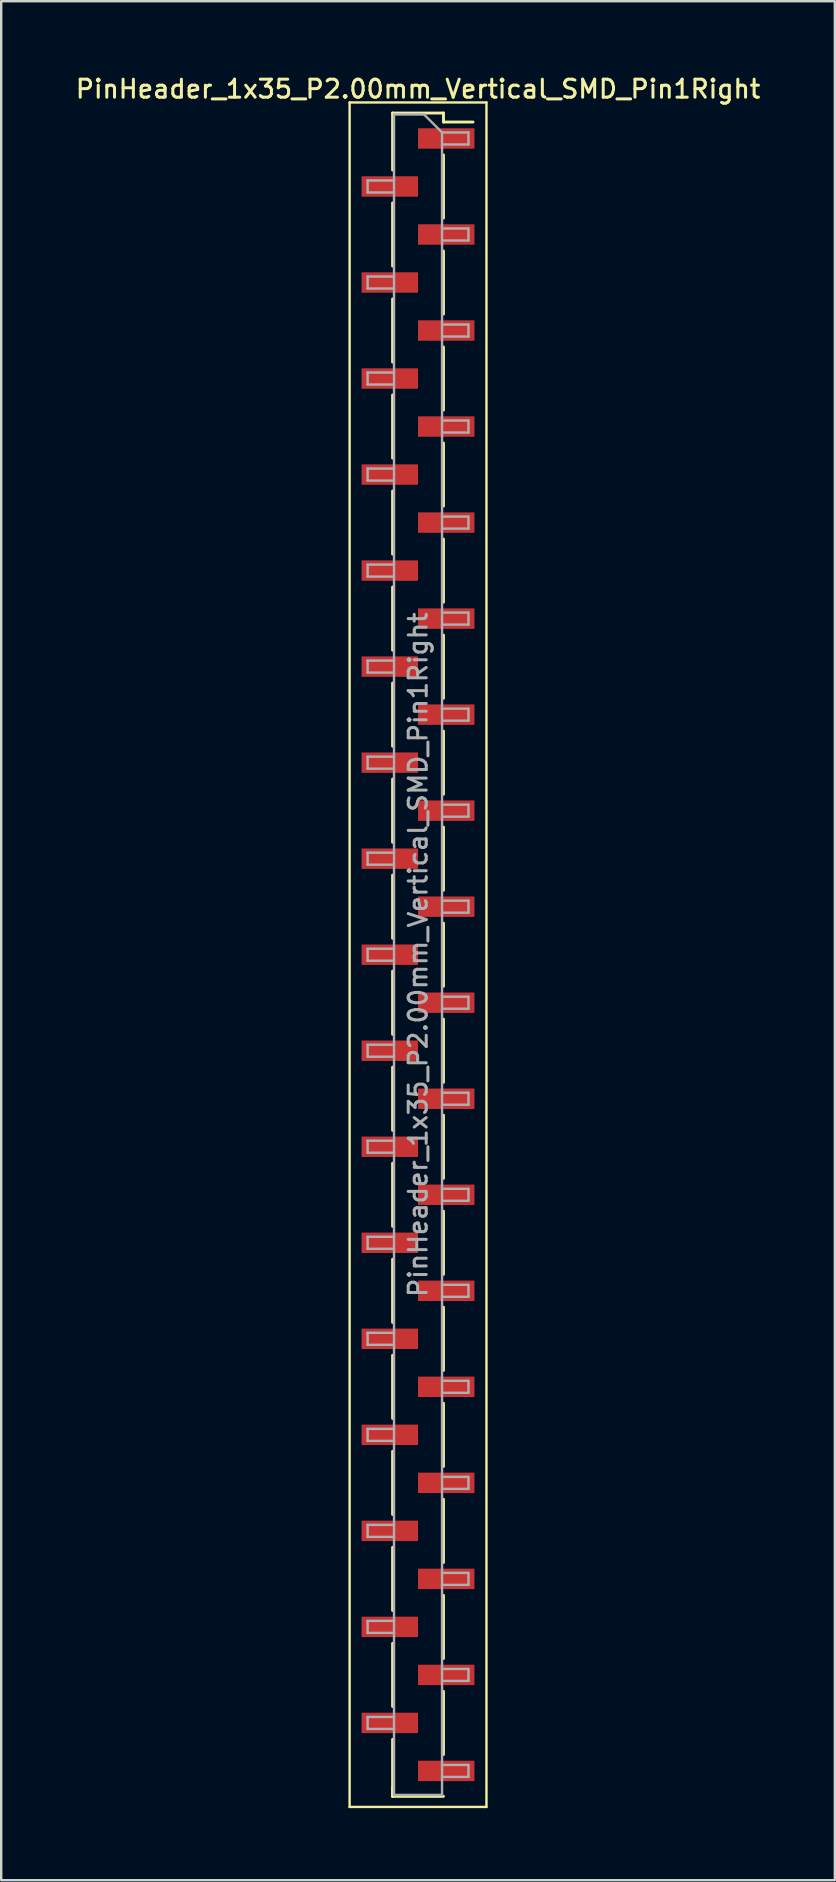
<source format=kicad_pcb>
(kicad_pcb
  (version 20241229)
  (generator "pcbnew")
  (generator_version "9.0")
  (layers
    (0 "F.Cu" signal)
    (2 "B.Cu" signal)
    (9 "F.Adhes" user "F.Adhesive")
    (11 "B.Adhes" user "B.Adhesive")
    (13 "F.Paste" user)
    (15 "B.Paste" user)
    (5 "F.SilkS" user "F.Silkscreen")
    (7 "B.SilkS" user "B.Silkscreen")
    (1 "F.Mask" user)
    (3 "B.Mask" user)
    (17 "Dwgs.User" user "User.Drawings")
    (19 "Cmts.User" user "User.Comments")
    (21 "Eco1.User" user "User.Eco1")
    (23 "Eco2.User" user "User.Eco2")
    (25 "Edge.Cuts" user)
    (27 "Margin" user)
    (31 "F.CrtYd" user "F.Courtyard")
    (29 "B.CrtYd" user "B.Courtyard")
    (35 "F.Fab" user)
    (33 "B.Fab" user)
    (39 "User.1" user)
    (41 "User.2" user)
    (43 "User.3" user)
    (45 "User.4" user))
  (footprint "PinHeader_1x35_P2.00mm_Vertical_SMD_Pin1Right"
    (layer "F.Cu")
    (at 14.363 36.718)
    (property "Reference" "PinHeader_1x35_P2.00mm_Vertical_SMD_Pin1Right" (at 0 -36.06 0) (layer "F.SilkS") (effects (font (size 0.75 0.75) (thickness 0.125))))
    (attr smd)
    (fp_line (start -2.85 -35.5) (end -2.85 35.5) (stroke (width 0.1) (type solid)) (layer "F.SilkS"))
    (fp_line (start -2.85 35.5) (end 2.85 35.5) (stroke (width 0.1) (type solid)) (layer "F.SilkS"))
    (fp_line (start -1.06 -35.06) (end -1.06 -32.685) (stroke (width 0.12) (type solid)) (layer "F.SilkS"))
    (fp_line (start -1.06 -35.06) (end 1.06 -35.06) (stroke (width 0.12) (type solid)) (layer "F.SilkS"))
    (fp_line (start -1.06 -31.315) (end -1.06 -28.685) (stroke (width 0.12) (type solid)) (layer "F.SilkS"))
    (fp_line (start -1.06 -27.315) (end -1.06 -24.685) (stroke (width 0.12) (type solid)) (layer "F.SilkS"))
    (fp_line (start -1.06 -23.315) (end -1.06 -20.685) (stroke (width 0.12) (type solid)) (layer "F.SilkS"))
    (fp_line (start -1.06 -19.315) (end -1.06 -16.685) (stroke (width 0.12) (type solid)) (layer "F.SilkS"))
    (fp_line (start -1.06 -15.315) (end -1.06 -12.685) (stroke (width 0.12) (type solid)) (layer "F.SilkS"))
    (fp_line (start -1.06 -11.315) (end -1.06 -8.685) (stroke (width 0.12) (type solid)) (layer "F.SilkS"))
    (fp_line (start -1.06 -7.315) (end -1.06 -4.685) (stroke (width 0.12) (type solid)) (layer "F.SilkS"))
    (fp_line (start -1.06 -3.315) (end -1.06 -0.685) (stroke (width 0.12) (type solid)) (layer "F.SilkS"))
    (fp_line (start -1.06 0.685) (end -1.06 3.315) (stroke (width 0.12) (type solid)) (layer "F.SilkS"))
    (fp_line (start -1.06 4.685) (end -1.06 7.315) (stroke (width 0.12) (type solid)) (layer "F.SilkS"))
    (fp_line (start -1.06 8.685) (end -1.06 11.315) (stroke (width 0.12) (type solid)) (layer "F.SilkS"))
    (fp_line (start -1.06 12.685) (end -1.06 15.315) (stroke (width 0.12) (type solid)) (layer "F.SilkS"))
    (fp_line (start -1.06 16.685) (end -1.06 19.315) (stroke (width 0.12) (type solid)) (layer "F.SilkS"))
    (fp_line (start -1.06 20.685) (end -1.06 23.315) (stroke (width 0.12) (type solid)) (layer "F.SilkS"))
    (fp_line (start -1.06 24.685) (end -1.06 27.315) (stroke (width 0.12) (type solid)) (layer "F.SilkS"))
    (fp_line (start -1.06 28.685) (end -1.06 31.315) (stroke (width 0.12) (type solid)) (layer "F.SilkS"))
    (fp_line (start -1.06 32.685) (end -1.06 35.06) (stroke (width 0.12) (type solid)) (layer "F.SilkS"))
    (fp_line (start -1.06 34.685) (end -1.06 35.06) (stroke (width 0.12) (type solid)) (layer "F.SilkS"))
    (fp_line (start -1.06 35.06) (end 1.06 35.06) (stroke (width 0.12) (type solid)) (layer "F.SilkS"))
    (fp_line (start 1.06 -35.06) (end 1.06 -34.685) (stroke (width 0.12) (type solid)) (layer "F.SilkS"))
    (fp_line (start 1.06 -34.685) (end 2.29 -34.685) (stroke (width 0.12) (type solid)) (layer "F.SilkS"))
    (fp_line (start 1.06 -33.315) (end 1.06 -30.685) (stroke (width 0.12) (type solid)) (layer "F.SilkS"))
    (fp_line (start 1.06 -29.315) (end 1.06 -26.685) (stroke (width 0.12) (type solid)) (layer "F.SilkS"))
    (fp_line (start 1.06 -25.315) (end 1.06 -22.685) (stroke (width 0.12) (type solid)) (layer "F.SilkS"))
    (fp_line (start 1.06 -21.315) (end 1.06 -18.685) (stroke (width 0.12) (type solid)) (layer "F.SilkS"))
    (fp_line (start 1.06 -17.315) (end 1.06 -14.685) (stroke (width 0.12) (type solid)) (layer "F.SilkS"))
    (fp_line (start 1.06 -13.315) (end 1.06 -10.685) (stroke (width 0.12) (type solid)) (layer "F.SilkS"))
    (fp_line (start 1.06 -9.315) (end 1.06 -6.685) (stroke (width 0.12) (type solid)) (layer "F.SilkS"))
    (fp_line (start 1.06 -5.315) (end 1.06 -2.685) (stroke (width 0.12) (type solid)) (layer "F.SilkS"))
    (fp_line (start 1.06 -1.315) (end 1.06 1.315) (stroke (width 0.12) (type solid)) (layer "F.SilkS"))
    (fp_line (start 1.06 2.685) (end 1.06 5.315) (stroke (width 0.12) (type solid)) (layer "F.SilkS"))
    (fp_line (start 1.06 6.685) (end 1.06 9.315) (stroke (width 0.12) (type solid)) (layer "F.SilkS"))
    (fp_line (start 1.06 10.685) (end 1.06 13.315) (stroke (width 0.12) (type solid)) (layer "F.SilkS"))
    (fp_line (start 1.06 14.685) (end 1.06 17.315) (stroke (width 0.12) (type solid)) (layer "F.SilkS"))
    (fp_line (start 1.06 18.685) (end 1.06 21.315) (stroke (width 0.12) (type solid)) (layer "F.SilkS"))
    (fp_line (start 1.06 22.685) (end 1.06 25.315) (stroke (width 0.12) (type solid)) (layer "F.SilkS"))
    (fp_line (start 1.06 26.685) (end 1.06 29.315) (stroke (width 0.12) (type solid)) (layer "F.SilkS"))
    (fp_line (start 1.06 30.685) (end 1.06 33.315) (stroke (width 0.12) (type solid)) (layer "F.SilkS"))
    (fp_line (start 2.85 -35.5) (end -2.85 -35.5) (stroke (width 0.1) (type solid)) (layer "F.SilkS"))
    (fp_line (start 2.85 35.5) (end 2.85 -35.5) (stroke (width 0.1) (type solid)) (layer "F.SilkS"))
    (fp_line (start -2.1 -32.25) (end -2.1 -31.75) (stroke (width 0.1) (type solid)) (layer "F.Fab"))
    (fp_line (start -2.1 -31.75) (end -1 -31.75) (stroke (width 0.1) (type solid)) (layer "F.Fab"))
    (fp_line (start -2.1 -28.25) (end -2.1 -27.75) (stroke (width 0.1) (type solid)) (layer "F.Fab"))
    (fp_line (start -2.1 -27.75) (end -1 -27.75) (stroke (width 0.1) (type solid)) (layer "F.Fab"))
    (fp_line (start -2.1 -24.25) (end -2.1 -23.75) (stroke (width 0.1) (type solid)) (layer "F.Fab"))
    (fp_line (start -2.1 -23.75) (end -1 -23.75) (stroke (width 0.1) (type solid)) (layer "F.Fab"))
    (fp_line (start -2.1 -20.25) (end -2.1 -19.75) (stroke (width 0.1) (type solid)) (layer "F.Fab"))
    (fp_line (start -2.1 -19.75) (end -1 -19.75) (stroke (width 0.1) (type solid)) (layer "F.Fab"))
    (fp_line (start -2.1 -16.25) (end -2.1 -15.75) (stroke (width 0.1) (type solid)) (layer "F.Fab"))
    (fp_line (start -2.1 -15.75) (end -1 -15.75) (stroke (width 0.1) (type solid)) (layer "F.Fab"))
    (fp_line (start -2.1 -12.25) (end -2.1 -11.75) (stroke (width 0.1) (type solid)) (layer "F.Fab"))
    (fp_line (start -2.1 -11.75) (end -1 -11.75) (stroke (width 0.1) (type solid)) (layer "F.Fab"))
    (fp_line (start -2.1 -8.25) (end -2.1 -7.75) (stroke (width 0.1) (type solid)) (layer "F.Fab"))
    (fp_line (start -2.1 -7.75) (end -1 -7.75) (stroke (width 0.1) (type solid)) (layer "F.Fab"))
    (fp_line (start -2.1 -4.25) (end -2.1 -3.75) (stroke (width 0.1) (type solid)) (layer "F.Fab"))
    (fp_line (start -2.1 -3.75) (end -1 -3.75) (stroke (width 0.1) (type solid)) (layer "F.Fab"))
    (fp_line (start -2.1 -0.25) (end -2.1 0.25) (stroke (width 0.1) (type solid)) (layer "F.Fab"))
    (fp_line (start -2.1 0.25) (end -1 0.25) (stroke (width 0.1) (type solid)) (layer "F.Fab"))
    (fp_line (start -2.1 3.75) (end -2.1 4.25) (stroke (width 0.1) (type solid)) (layer "F.Fab"))
    (fp_line (start -2.1 4.25) (end -1 4.25) (stroke (width 0.1) (type solid)) (layer "F.Fab"))
    (fp_line (start -2.1 7.75) (end -2.1 8.25) (stroke (width 0.1) (type solid)) (layer "F.Fab"))
    (fp_line (start -2.1 8.25) (end -1 8.25) (stroke (width 0.1) (type solid)) (layer "F.Fab"))
    (fp_line (start -2.1 11.75) (end -2.1 12.25) (stroke (width 0.1) (type solid)) (layer "F.Fab"))
    (fp_line (start -2.1 12.25) (end -1 12.25) (stroke (width 0.1) (type solid)) (layer "F.Fab"))
    (fp_line (start -2.1 15.75) (end -2.1 16.25) (stroke (width 0.1) (type solid)) (layer "F.Fab"))
    (fp_line (start -2.1 16.25) (end -1 16.25) (stroke (width 0.1) (type solid)) (layer "F.Fab"))
    (fp_line (start -2.1 19.75) (end -2.1 20.25) (stroke (width 0.1) (type solid)) (layer "F.Fab"))
    (fp_line (start -2.1 20.25) (end -1 20.25) (stroke (width 0.1) (type solid)) (layer "F.Fab"))
    (fp_line (start -2.1 23.75) (end -2.1 24.25) (stroke (width 0.1) (type solid)) (layer "F.Fab"))
    (fp_line (start -2.1 24.25) (end -1 24.25) (stroke (width 0.1) (type solid)) (layer "F.Fab"))
    (fp_line (start -2.1 27.75) (end -2.1 28.25) (stroke (width 0.1) (type solid)) (layer "F.Fab"))
    (fp_line (start -2.1 28.25) (end -1 28.25) (stroke (width 0.1) (type solid)) (layer "F.Fab"))
    (fp_line (start -2.1 31.75) (end -2.1 32.25) (stroke (width 0.1) (type solid)) (layer "F.Fab"))
    (fp_line (start -2.1 32.25) (end -1 32.25) (stroke (width 0.1) (type solid)) (layer "F.Fab"))
    (fp_line (start -1 -35) (end -1 35) (stroke (width 0.1) (type solid)) (layer "F.Fab"))
    (fp_line (start -1 -35) (end 0.25 -35) (stroke (width 0.1) (type solid)) (layer "F.Fab"))
    (fp_line (start -1 -32.25) (end -2.1 -32.25) (stroke (width 0.1) (type solid)) (layer "F.Fab"))
    (fp_line (start -1 -28.25) (end -2.1 -28.25) (stroke (width 0.1) (type solid)) (layer "F.Fab"))
    (fp_line (start -1 -24.25) (end -2.1 -24.25) (stroke (width 0.1) (type solid)) (layer "F.Fab"))
    (fp_line (start -1 -20.25) (end -2.1 -20.25) (stroke (width 0.1) (type solid)) (layer "F.Fab"))
    (fp_line (start -1 -16.25) (end -2.1 -16.25) (stroke (width 0.1) (type solid)) (layer "F.Fab"))
    (fp_line (start -1 -12.25) (end -2.1 -12.25) (stroke (width 0.1) (type solid)) (layer "F.Fab"))
    (fp_line (start -1 -8.25) (end -2.1 -8.25) (stroke (width 0.1) (type solid)) (layer "F.Fab"))
    (fp_line (start -1 -4.25) (end -2.1 -4.25) (stroke (width 0.1) (type solid)) (layer "F.Fab"))
    (fp_line (start -1 -0.25) (end -2.1 -0.25) (stroke (width 0.1) (type solid)) (layer "F.Fab"))
    (fp_line (start -1 3.75) (end -2.1 3.75) (stroke (width 0.1) (type solid)) (layer "F.Fab"))
    (fp_line (start -1 7.75) (end -2.1 7.75) (stroke (width 0.1) (type solid)) (layer "F.Fab"))
    (fp_line (start -1 11.75) (end -2.1 11.75) (stroke (width 0.1) (type solid)) (layer "F.Fab"))
    (fp_line (start -1 15.75) (end -2.1 15.75) (stroke (width 0.1) (type solid)) (layer "F.Fab"))
    (fp_line (start -1 19.75) (end -2.1 19.75) (stroke (width 0.1) (type solid)) (layer "F.Fab"))
    (fp_line (start -1 23.75) (end -2.1 23.75) (stroke (width 0.1) (type solid)) (layer "F.Fab"))
    (fp_line (start -1 27.75) (end -2.1 27.75) (stroke (width 0.1) (type solid)) (layer "F.Fab"))
    (fp_line (start -1 31.75) (end -2.1 31.75) (stroke (width 0.1) (type solid)) (layer "F.Fab"))
    (fp_line (start 1 -34.25) (end 0.25 -35) (stroke (width 0.1) (type solid)) (layer "F.Fab"))
    (fp_line (start 1 -34.25) (end 2.1 -34.25) (stroke (width 0.1) (type solid)) (layer "F.Fab"))
    (fp_line (start 1 -30.25) (end 2.1 -30.25) (stroke (width 0.1) (type solid)) (layer "F.Fab"))
    (fp_line (start 1 -26.25) (end 2.1 -26.25) (stroke (width 0.1) (type solid)) (layer "F.Fab"))
    (fp_line (start 1 -22.25) (end 2.1 -22.25) (stroke (width 0.1) (type solid)) (layer "F.Fab"))
    (fp_line (start 1 -18.25) (end 2.1 -18.25) (stroke (width 0.1) (type solid)) (layer "F.Fab"))
    (fp_line (start 1 -14.25) (end 2.1 -14.25) (stroke (width 0.1) (type solid)) (layer "F.Fab"))
    (fp_line (start 1 -10.25) (end 2.1 -10.25) (stroke (width 0.1) (type solid)) (layer "F.Fab"))
    (fp_line (start 1 -6.25) (end 2.1 -6.25) (stroke (width 0.1) (type solid)) (layer "F.Fab"))
    (fp_line (start 1 -2.25) (end 2.1 -2.25) (stroke (width 0.1) (type solid)) (layer "F.Fab"))
    (fp_line (start 1 1.75) (end 2.1 1.75) (stroke (width 0.1) (type solid)) (layer "F.Fab"))
    (fp_line (start 1 5.75) (end 2.1 5.75) (stroke (width 0.1) (type solid)) (layer "F.Fab"))
    (fp_line (start 1 9.75) (end 2.1 9.75) (stroke (width 0.1) (type solid)) (layer "F.Fab"))
    (fp_line (start 1 13.75) (end 2.1 13.75) (stroke (width 0.1) (type solid)) (layer "F.Fab"))
    (fp_line (start 1 17.75) (end 2.1 17.75) (stroke (width 0.1) (type solid)) (layer "F.Fab"))
    (fp_line (start 1 21.75) (end 2.1 21.75) (stroke (width 0.1) (type solid)) (layer "F.Fab"))
    (fp_line (start 1 25.75) (end 2.1 25.75) (stroke (width 0.1) (type solid)) (layer "F.Fab"))
    (fp_line (start 1 29.75) (end 2.1 29.75) (stroke (width 0.1) (type solid)) (layer "F.Fab"))
    (fp_line (start 1 33.75) (end 2.1 33.75) (stroke (width 0.1) (type solid)) (layer "F.Fab"))
    (fp_line (start 1 35) (end -1 35) (stroke (width 0.1) (type solid)) (layer "F.Fab"))
    (fp_line (start 1 35) (end 1 -34.25) (stroke (width 0.1) (type solid)) (layer "F.Fab"))
    (fp_line (start 2.1 -34.25) (end 2.1 -33.75) (stroke (width 0.1) (type solid)) (layer "F.Fab"))
    (fp_line (start 2.1 -33.75) (end 1 -33.75) (stroke (width 0.1) (type solid)) (layer "F.Fab"))
    (fp_line (start 2.1 -30.25) (end 2.1 -29.75) (stroke (width 0.1) (type solid)) (layer "F.Fab"))
    (fp_line (start 2.1 -29.75) (end 1 -29.75) (stroke (width 0.1) (type solid)) (layer "F.Fab"))
    (fp_line (start 2.1 -26.25) (end 2.1 -25.75) (stroke (width 0.1) (type solid)) (layer "F.Fab"))
    (fp_line (start 2.1 -25.75) (end 1 -25.75) (stroke (width 0.1) (type solid)) (layer "F.Fab"))
    (fp_line (start 2.1 -22.25) (end 2.1 -21.75) (stroke (width 0.1) (type solid)) (layer "F.Fab"))
    (fp_line (start 2.1 -21.75) (end 1 -21.75) (stroke (width 0.1) (type solid)) (layer "F.Fab"))
    (fp_line (start 2.1 -18.25) (end 2.1 -17.75) (stroke (width 0.1) (type solid)) (layer "F.Fab"))
    (fp_line (start 2.1 -17.75) (end 1 -17.75) (stroke (width 0.1) (type solid)) (layer "F.Fab"))
    (fp_line (start 2.1 -14.25) (end 2.1 -13.75) (stroke (width 0.1) (type solid)) (layer "F.Fab"))
    (fp_line (start 2.1 -13.75) (end 1 -13.75) (stroke (width 0.1) (type solid)) (layer "F.Fab"))
    (fp_line (start 2.1 -10.25) (end 2.1 -9.75) (stroke (width 0.1) (type solid)) (layer "F.Fab"))
    (fp_line (start 2.1 -9.75) (end 1 -9.75) (stroke (width 0.1) (type solid)) (layer "F.Fab"))
    (fp_line (start 2.1 -6.25) (end 2.1 -5.75) (stroke (width 0.1) (type solid)) (layer "F.Fab"))
    (fp_line (start 2.1 -5.75) (end 1 -5.75) (stroke (width 0.1) (type solid)) (layer "F.Fab"))
    (fp_line (start 2.1 -2.25) (end 2.1 -1.75) (stroke (width 0.1) (type solid)) (layer "F.Fab"))
    (fp_line (start 2.1 -1.75) (end 1 -1.75) (stroke (width 0.1) (type solid)) (layer "F.Fab"))
    (fp_line (start 2.1 1.75) (end 2.1 2.25) (stroke (width 0.1) (type solid)) (layer "F.Fab"))
    (fp_line (start 2.1 2.25) (end 1 2.25) (stroke (width 0.1) (type solid)) (layer "F.Fab"))
    (fp_line (start 2.1 5.75) (end 2.1 6.25) (stroke (width 0.1) (type solid)) (layer "F.Fab"))
    (fp_line (start 2.1 6.25) (end 1 6.25) (stroke (width 0.1) (type solid)) (layer "F.Fab"))
    (fp_line (start 2.1 9.75) (end 2.1 10.25) (stroke (width 0.1) (type solid)) (layer "F.Fab"))
    (fp_line (start 2.1 10.25) (end 1 10.25) (stroke (width 0.1) (type solid)) (layer "F.Fab"))
    (fp_line (start 2.1 13.75) (end 2.1 14.25) (stroke (width 0.1) (type solid)) (layer "F.Fab"))
    (fp_line (start 2.1 14.25) (end 1 14.25) (stroke (width 0.1) (type solid)) (layer "F.Fab"))
    (fp_line (start 2.1 17.75) (end 2.1 18.25) (stroke (width 0.1) (type solid)) (layer "F.Fab"))
    (fp_line (start 2.1 18.25) (end 1 18.25) (stroke (width 0.1) (type solid)) (layer "F.Fab"))
    (fp_line (start 2.1 21.75) (end 2.1 22.25) (stroke (width 0.1) (type solid)) (layer "F.Fab"))
    (fp_line (start 2.1 22.25) (end 1 22.25) (stroke (width 0.1) (type solid)) (layer "F.Fab"))
    (fp_line (start 2.1 25.75) (end 2.1 26.25) (stroke (width 0.1) (type solid)) (layer "F.Fab"))
    (fp_line (start 2.1 26.25) (end 1 26.25) (stroke (width 0.1) (type solid)) (layer "F.Fab"))
    (fp_line (start 2.1 29.75) (end 2.1 30.25) (stroke (width 0.1) (type solid)) (layer "F.Fab"))
    (fp_line (start 2.1 30.25) (end 1 30.25) (stroke (width 0.1) (type solid)) (layer "F.Fab"))
    (fp_line (start 2.1 33.75) (end 2.1 34.25) (stroke (width 0.1) (type solid)) (layer "F.Fab"))
    (fp_line (start 2.1 34.25) (end 1 34.25) (stroke (width 0.1) (type solid)) (layer "F.Fab"))
    (fp_text user "${REFERENCE}" (at 0 0 90) (layer "F.Fab") (effects (font (size 0.75 0.75) (thickness 0.125))))
    (pad "1" smd rect (at 1.175 -34) (size 2.35 0.85) (layers "F.Cu" "F.Mask" "F.Paste"))
    (pad "2" smd rect (at -1.175 -32) (size 2.35 0.85) (layers "F.Cu" "F.Mask" "F.Paste"))
    (pad "3" smd rect (at 1.175 -30) (size 2.35 0.85) (layers "F.Cu" "F.Mask" "F.Paste"))
    (pad "4" smd rect (at -1.175 -28) (size 2.35 0.85) (layers "F.Cu" "F.Mask" "F.Paste"))
    (pad "5" smd rect (at 1.175 -26) (size 2.35 0.85) (layers "F.Cu" "F.Mask" "F.Paste"))
    (pad "6" smd rect (at -1.175 -24) (size 2.35 0.85) (layers "F.Cu" "F.Mask" "F.Paste"))
    (pad "7" smd rect (at 1.175 -22) (size 2.35 0.85) (layers "F.Cu" "F.Mask" "F.Paste"))
    (pad "8" smd rect (at -1.175 -20) (size 2.35 0.85) (layers "F.Cu" "F.Mask" "F.Paste"))
    (pad "9" smd rect (at 1.175 -18) (size 2.35 0.85) (layers "F.Cu" "F.Mask" "F.Paste"))
    (pad "10" smd rect (at -1.175 -16) (size 2.35 0.85) (layers "F.Cu" "F.Mask" "F.Paste"))
    (pad "11" smd rect (at 1.175 -14) (size 2.35 0.85) (layers "F.Cu" "F.Mask" "F.Paste"))
    (pad "12" smd rect (at -1.175 -12) (size 2.35 0.85) (layers "F.Cu" "F.Mask" "F.Paste"))
    (pad "13" smd rect (at 1.175 -10) (size 2.35 0.85) (layers "F.Cu" "F.Mask" "F.Paste"))
    (pad "14" smd rect (at -1.175 -8) (size 2.35 0.85) (layers "F.Cu" "F.Mask" "F.Paste"))
    (pad "15" smd rect (at 1.175 -6) (size 2.35 0.85) (layers "F.Cu" "F.Mask" "F.Paste"))
    (pad "16" smd rect (at -1.175 -4) (size 2.35 0.85) (layers "F.Cu" "F.Mask" "F.Paste"))
    (pad "17" smd rect (at 1.175 -2) (size 2.35 0.85) (layers "F.Cu" "F.Mask" "F.Paste"))
    (pad "18" smd rect (at -1.175 0) (size 2.35 0.85) (layers "F.Cu" "F.Mask" "F.Paste"))
    (pad "19" smd rect (at 1.175 2) (size 2.35 0.85) (layers "F.Cu" "F.Mask" "F.Paste"))
    (pad "20" smd rect (at -1.175 4) (size 2.35 0.85) (layers "F.Cu" "F.Mask" "F.Paste"))
    (pad "21" smd rect (at 1.175 6) (size 2.35 0.85) (layers "F.Cu" "F.Mask" "F.Paste"))
    (pad "22" smd rect (at -1.175 8) (size 2.35 0.85) (layers "F.Cu" "F.Mask" "F.Paste"))
    (pad "23" smd rect (at 1.175 10) (size 2.35 0.85) (layers "F.Cu" "F.Mask" "F.Paste"))
    (pad "24" smd rect (at -1.175 12) (size 2.35 0.85) (layers "F.Cu" "F.Mask" "F.Paste"))
    (pad "25" smd rect (at 1.175 14) (size 2.35 0.85) (layers "F.Cu" "F.Mask" "F.Paste"))
    (pad "26" smd rect (at -1.175 16) (size 2.35 0.85) (layers "F.Cu" "F.Mask" "F.Paste"))
    (pad "27" smd rect (at 1.175 18) (size 2.35 0.85) (layers "F.Cu" "F.Mask" "F.Paste"))
    (pad "28" smd rect (at -1.175 20) (size 2.35 0.85) (layers "F.Cu" "F.Mask" "F.Paste"))
    (pad "29" smd rect (at 1.175 22) (size 2.35 0.85) (layers "F.Cu" "F.Mask" "F.Paste"))
    (pad "30" smd rect (at -1.175 24) (size 2.35 0.85) (layers "F.Cu" "F.Mask" "F.Paste"))
    (pad "31" smd rect (at 1.175 26) (size 2.35 0.85) (layers "F.Cu" "F.Mask" "F.Paste"))
    (pad "32" smd rect (at -1.175 28) (size 2.35 0.85) (layers "F.Cu" "F.Mask" "F.Paste"))
    (pad "33" smd rect (at 1.175 30) (size 2.35 0.85) (layers "F.Cu" "F.Mask" "F.Paste"))
    (pad "34" smd rect (at -1.175 32) (size 2.35 0.85) (layers "F.Cu" "F.Mask" "F.Paste"))
    (pad "35" smd rect (at 1.175 34) (size 2.35 0.85) (layers "F.Cu" "F.Mask" "F.Paste")))
  (gr_rect
    (start -3 -3)
    (end 31.725 75.268)
    (stroke (width 0.1) (type default))
    (fill no)
    (layer "Edge.Cuts")))
</source>
